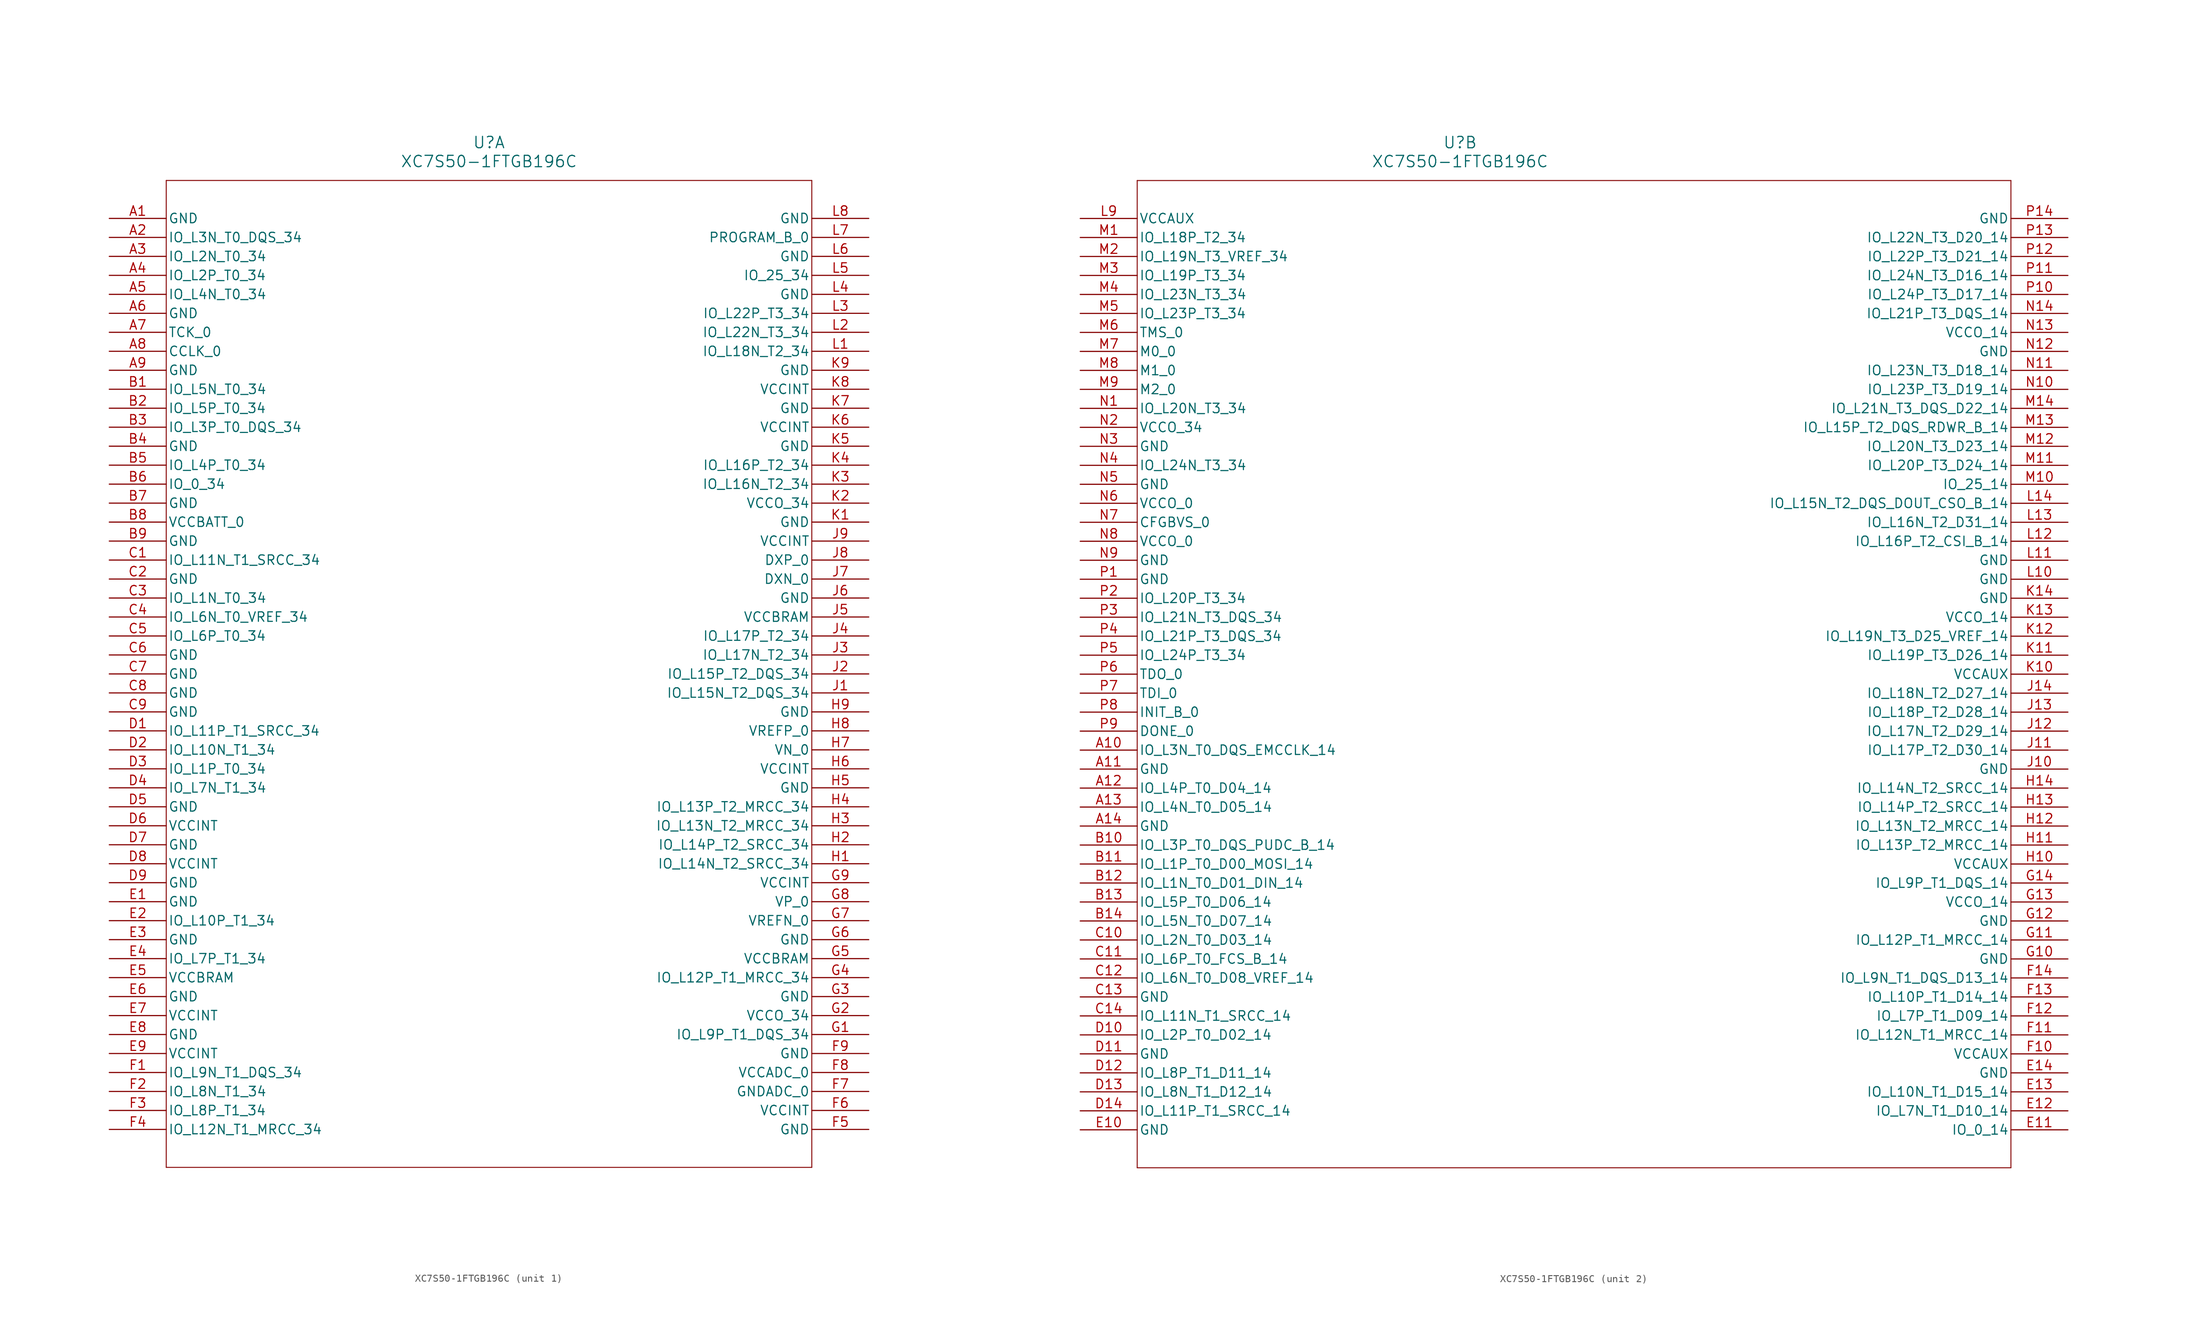
<source format=kicad_sym>
(kicad_symbol_lib
  (version 20241209)
  (generator "kicad_symbol_editor")
  (generator_version "9.0")
  (symbol "XC7S50-1FTGB196C"
    (pin_names
      (offset 0.254))
    (property "Reference" "U"
      (at 50.8 10.16 0)
      (effects (font (size 1.524 1.524))))
    (property "Value" "XC7S50-1FTGB196C"
      (at 50.8 7.62 0)
      (effects (font (size 1.524 1.524))))
    (property "ki_locked" ""
      (at 0 0 0)
      (effects (font (size 1.27 1.27))))
    (symbol "XC7S50-1FTGB196C_1_1"
      (polyline (pts (xy 7.62 5.08) (xy 7.62 -127)) (stroke (width 0.127) (type default)) (fill (type none)))
      (polyline (pts (xy 7.62 -127) (xy 93.98 -127)) (stroke (width 0.127) (type default)) (fill (type none)))
      (polyline (pts (xy 93.98 5.08) (xy 7.62 5.08)) (stroke (width 0.127) (type default)) (fill (type none)))
      (polyline (pts (xy 93.98 -127) (xy 93.98 5.08)) (stroke (width 0.127) (type default)) (fill (type none)))
      (pin power_out line (at 0 0 0) (length 7.62) (name "GND" (effects (font (size 1.27 1.27)))) (number "A1" (effects (font (size 1.27 1.27)))))
      (pin bidirectional line (at 0 -2.54 0) (length 7.62) (name "IO_L3N_T0_DQS_34" (effects (font (size 1.27 1.27)))) (number "A2" (effects (font (size 1.27 1.27)))))
      (pin bidirectional line (at 0 -5.08 0) (length 7.62) (name "IO_L2N_T0_34" (effects (font (size 1.27 1.27)))) (number "A3" (effects (font (size 1.27 1.27)))))
      (pin bidirectional line (at 0 -7.62 0) (length 7.62) (name "IO_L2P_T0_34" (effects (font (size 1.27 1.27)))) (number "A4" (effects (font (size 1.27 1.27)))))
      (pin bidirectional line (at 0 -10.16 0) (length 7.62) (name "IO_L4N_T0_34" (effects (font (size 1.27 1.27)))) (number "A5" (effects (font (size 1.27 1.27)))))
      (pin power_out line (at 0 -12.7 0) (length 7.62) (name "GND" (effects (font (size 1.27 1.27)))) (number "A6" (effects (font (size 1.27 1.27)))))
      (pin input line (at 0 -15.24 0) (length 7.62) (name "TCK_0" (effects (font (size 1.27 1.27)))) (number "A7" (effects (font (size 1.27 1.27)))))
      (pin bidirectional line (at 0 -17.78 0) (length 7.62) (name "CCLK_0" (effects (font (size 1.27 1.27)))) (number "A8" (effects (font (size 1.27 1.27)))))
      (pin power_out line (at 0 -20.32 0) (length 7.62) (name "GND" (effects (font (size 1.27 1.27)))) (number "A9" (effects (font (size 1.27 1.27)))))
      (pin bidirectional line (at 0 -22.86 0) (length 7.62) (name "IO_L5N_T0_34" (effects (font (size 1.27 1.27)))) (number "B1" (effects (font (size 1.27 1.27)))))
      (pin bidirectional line (at 0 -25.4 0) (length 7.62) (name "IO_L5P_T0_34" (effects (font (size 1.27 1.27)))) (number "B2" (effects (font (size 1.27 1.27)))))
      (pin bidirectional line (at 0 -27.94 0) (length 7.62) (name "IO_L3P_T0_DQS_34" (effects (font (size 1.27 1.27)))) (number "B3" (effects (font (size 1.27 1.27)))))
      (pin power_out line (at 0 -30.48 0) (length 7.62) (name "GND" (effects (font (size 1.27 1.27)))) (number "B4" (effects (font (size 1.27 1.27)))))
      (pin bidirectional line (at 0 -33.02 0) (length 7.62) (name "IO_L4P_T0_34" (effects (font (size 1.27 1.27)))) (number "B5" (effects (font (size 1.27 1.27)))))
      (pin bidirectional line (at 0 -35.56 0) (length 7.62) (name "IO_0_34" (effects (font (size 1.27 1.27)))) (number "B6" (effects (font (size 1.27 1.27)))))
      (pin power_out line (at 0 -38.1 0) (length 7.62) (name "GND" (effects (font (size 1.27 1.27)))) (number "B7" (effects (font (size 1.27 1.27)))))
      (pin power_in line (at 0 -40.64 0) (length 7.62) (name "VCCBATT_0" (effects (font (size 1.27 1.27)))) (number "B8" (effects (font (size 1.27 1.27)))))
      (pin power_out line (at 0 -43.18 0) (length 7.62) (name "GND" (effects (font (size 1.27 1.27)))) (number "B9" (effects (font (size 1.27 1.27)))))
      (pin bidirectional line (at 0 -45.72 0) (length 7.62) (name "IO_L11N_T1_SRCC_34" (effects (font (size 1.27 1.27)))) (number "C1" (effects (font (size 1.27 1.27)))))
      (pin power_out line (at 0 -48.26 0) (length 7.62) (name "GND" (effects (font (size 1.27 1.27)))) (number "C2" (effects (font (size 1.27 1.27)))))
      (pin bidirectional line (at 0 -50.8 0) (length 7.62) (name "IO_L1N_T0_34" (effects (font (size 1.27 1.27)))) (number "C3" (effects (font (size 1.27 1.27)))))
      (pin bidirectional line (at 0 -53.34 0) (length 7.62) (name "IO_L6N_T0_VREF_34" (effects (font (size 1.27 1.27)))) (number "C4" (effects (font (size 1.27 1.27)))))
      (pin bidirectional line (at 0 -55.88 0) (length 7.62) (name "IO_L6P_T0_34" (effects (font (size 1.27 1.27)))) (number "C5" (effects (font (size 1.27 1.27)))))
      (pin power_out line (at 0 -58.42 0) (length 7.62) (name "GND" (effects (font (size 1.27 1.27)))) (number "C6" (effects (font (size 1.27 1.27)))))
      (pin power_out line (at 0 -60.96 0) (length 7.62) (name "GND" (effects (font (size 1.27 1.27)))) (number "C7" (effects (font (size 1.27 1.27)))))
      (pin power_out line (at 0 -63.5 0) (length 7.62) (name "GND" (effects (font (size 1.27 1.27)))) (number "C8" (effects (font (size 1.27 1.27)))))
      (pin power_out line (at 0 -66.04 0) (length 7.62) (name "GND" (effects (font (size 1.27 1.27)))) (number "C9" (effects (font (size 1.27 1.27)))))
      (pin bidirectional line (at 0 -68.58 0) (length 7.62) (name "IO_L11P_T1_SRCC_34" (effects (font (size 1.27 1.27)))) (number "D1" (effects (font (size 1.27 1.27)))))
      (pin bidirectional line (at 0 -71.12 0) (length 7.62) (name "IO_L10N_T1_34" (effects (font (size 1.27 1.27)))) (number "D2" (effects (font (size 1.27 1.27)))))
      (pin bidirectional line (at 0 -73.66 0) (length 7.62) (name "IO_L1P_T0_34" (effects (font (size 1.27 1.27)))) (number "D3" (effects (font (size 1.27 1.27)))))
      (pin bidirectional line (at 0 -76.2 0) (length 7.62) (name "IO_L7N_T1_34" (effects (font (size 1.27 1.27)))) (number "D4" (effects (font (size 1.27 1.27)))))
      (pin power_out line (at 0 -78.74 0) (length 7.62) (name "GND" (effects (font (size 1.27 1.27)))) (number "D5" (effects (font (size 1.27 1.27)))))
      (pin power_in line (at 0 -81.28 0) (length 7.62) (name "VCCINT" (effects (font (size 1.27 1.27)))) (number "D6" (effects (font (size 1.27 1.27)))))
      (pin power_out line (at 0 -83.82 0) (length 7.62) (name "GND" (effects (font (size 1.27 1.27)))) (number "D7" (effects (font (size 1.27 1.27)))))
      (pin power_in line (at 0 -86.36 0) (length 7.62) (name "VCCINT" (effects (font (size 1.27 1.27)))) (number "D8" (effects (font (size 1.27 1.27)))))
      (pin power_out line (at 0 -88.9 0) (length 7.62) (name "GND" (effects (font (size 1.27 1.27)))) (number "D9" (effects (font (size 1.27 1.27)))))
      (pin power_out line (at 0 -91.44 0) (length 7.62) (name "GND" (effects (font (size 1.27 1.27)))) (number "E1" (effects (font (size 1.27 1.27)))))
      (pin bidirectional line (at 0 -93.98 0) (length 7.62) (name "IO_L10P_T1_34" (effects (font (size 1.27 1.27)))) (number "E2" (effects (font (size 1.27 1.27)))))
      (pin power_out line (at 0 -96.52 0) (length 7.62) (name "GND" (effects (font (size 1.27 1.27)))) (number "E3" (effects (font (size 1.27 1.27)))))
      (pin bidirectional line (at 0 -99.06 0) (length 7.62) (name "IO_L7P_T1_34" (effects (font (size 1.27 1.27)))) (number "E4" (effects (font (size 1.27 1.27)))))
      (pin power_in line (at 0 -101.6 0) (length 7.62) (name "VCCBRAM" (effects (font (size 1.27 1.27)))) (number "E5" (effects (font (size 1.27 1.27)))))
      (pin power_out line (at 0 -104.14 0) (length 7.62) (name "GND" (effects (font (size 1.27 1.27)))) (number "E6" (effects (font (size 1.27 1.27)))))
      (pin power_in line (at 0 -106.68 0) (length 7.62) (name "VCCINT" (effects (font (size 1.27 1.27)))) (number "E7" (effects (font (size 1.27 1.27)))))
      (pin power_out line (at 0 -109.22 0) (length 7.62) (name "GND" (effects (font (size 1.27 1.27)))) (number "E8" (effects (font (size 1.27 1.27)))))
      (pin power_in line (at 0 -111.76 0) (length 7.62) (name "VCCINT" (effects (font (size 1.27 1.27)))) (number "E9" (effects (font (size 1.27 1.27)))))
      (pin bidirectional line (at 0 -114.3 0) (length 7.62) (name "IO_L9N_T1_DQS_34" (effects (font (size 1.27 1.27)))) (number "F1" (effects (font (size 1.27 1.27)))))
      (pin bidirectional line (at 0 -116.84 0) (length 7.62) (name "IO_L8N_T1_34" (effects (font (size 1.27 1.27)))) (number "F2" (effects (font (size 1.27 1.27)))))
      (pin bidirectional line (at 0 -119.38 0) (length 7.62) (name "IO_L8P_T1_34" (effects (font (size 1.27 1.27)))) (number "F3" (effects (font (size 1.27 1.27)))))
      (pin bidirectional line (at 0 -121.92 0) (length 7.62) (name "IO_L12N_T1_MRCC_34" (effects (font (size 1.27 1.27)))) (number "F4" (effects (font (size 1.27 1.27)))))
      (pin power_out line (at 101.6 0 180) (length 7.62) (name "GND" (effects (font (size 1.27 1.27)))) (number "L8" (effects (font (size 1.27 1.27)))))
      (pin input line (at 101.6 -2.54 180) (length 7.62) (name "PROGRAM_B_0" (effects (font (size 1.27 1.27)))) (number "L7" (effects (font (size 1.27 1.27)))))
      (pin power_out line (at 101.6 -5.08 180) (length 7.62) (name "GND" (effects (font (size 1.27 1.27)))) (number "L6" (effects (font (size 1.27 1.27)))))
      (pin bidirectional line (at 101.6 -7.62 180) (length 7.62) (name "IO_25_34" (effects (font (size 1.27 1.27)))) (number "L5" (effects (font (size 1.27 1.27)))))
      (pin power_out line (at 101.6 -10.16 180) (length 7.62) (name "GND" (effects (font (size 1.27 1.27)))) (number "L4" (effects (font (size 1.27 1.27)))))
      (pin bidirectional line (at 101.6 -12.7 180) (length 7.62) (name "IO_L22P_T3_34" (effects (font (size 1.27 1.27)))) (number "L3" (effects (font (size 1.27 1.27)))))
      (pin bidirectional line (at 101.6 -15.24 180) (length 7.62) (name "IO_L22N_T3_34" (effects (font (size 1.27 1.27)))) (number "L2" (effects (font (size 1.27 1.27)))))
      (pin bidirectional line (at 101.6 -17.78 180) (length 7.62) (name "IO_L18N_T2_34" (effects (font (size 1.27 1.27)))) (number "L1" (effects (font (size 1.27 1.27)))))
      (pin power_out line (at 101.6 -20.32 180) (length 7.62) (name "GND" (effects (font (size 1.27 1.27)))) (number "K9" (effects (font (size 1.27 1.27)))))
      (pin power_in line (at 101.6 -22.86 180) (length 7.62) (name "VCCINT" (effects (font (size 1.27 1.27)))) (number "K8" (effects (font (size 1.27 1.27)))))
      (pin power_out line (at 101.6 -25.4 180) (length 7.62) (name "GND" (effects (font (size 1.27 1.27)))) (number "K7" (effects (font (size 1.27 1.27)))))
      (pin power_in line (at 101.6 -27.94 180) (length 7.62) (name "VCCINT" (effects (font (size 1.27 1.27)))) (number "K6" (effects (font (size 1.27 1.27)))))
      (pin power_out line (at 101.6 -30.48 180) (length 7.62) (name "GND" (effects (font (size 1.27 1.27)))) (number "K5" (effects (font (size 1.27 1.27)))))
      (pin bidirectional line (at 101.6 -33.02 180) (length 7.62) (name "IO_L16P_T2_34" (effects (font (size 1.27 1.27)))) (number "K4" (effects (font (size 1.27 1.27)))))
      (pin bidirectional line (at 101.6 -35.56 180) (length 7.62) (name "IO_L16N_T2_34" (effects (font (size 1.27 1.27)))) (number "K3" (effects (font (size 1.27 1.27)))))
      (pin power_in line (at 101.6 -38.1 180) (length 7.62) (name "VCCO_34" (effects (font (size 1.27 1.27)))) (number "K2" (effects (font (size 1.27 1.27)))))
      (pin power_out line (at 101.6 -40.64 180) (length 7.62) (name "GND" (effects (font (size 1.27 1.27)))) (number "K1" (effects (font (size 1.27 1.27)))))
      (pin power_in line (at 101.6 -43.18 180) (length 7.62) (name "VCCINT" (effects (font (size 1.27 1.27)))) (number "J9" (effects (font (size 1.27 1.27)))))
      (pin unspecified line (at 101.6 -45.72 180) (length 7.62) (name "DXP_0" (effects (font (size 1.27 1.27)))) (number "J8" (effects (font (size 1.27 1.27)))))
      (pin unspecified line (at 101.6 -48.26 180) (length 7.62) (name "DXN_0" (effects (font (size 1.27 1.27)))) (number "J7" (effects (font (size 1.27 1.27)))))
      (pin power_out line (at 101.6 -50.8 180) (length 7.62) (name "GND" (effects (font (size 1.27 1.27)))) (number "J6" (effects (font (size 1.27 1.27)))))
      (pin power_in line (at 101.6 -53.34 180) (length 7.62) (name "VCCBRAM" (effects (font (size 1.27 1.27)))) (number "J5" (effects (font (size 1.27 1.27)))))
      (pin bidirectional line (at 101.6 -55.88 180) (length 7.62) (name "IO_L17P_T2_34" (effects (font (size 1.27 1.27)))) (number "J4" (effects (font (size 1.27 1.27)))))
      (pin bidirectional line (at 101.6 -58.42 180) (length 7.62) (name "IO_L17N_T2_34" (effects (font (size 1.27 1.27)))) (number "J3" (effects (font (size 1.27 1.27)))))
      (pin bidirectional line (at 101.6 -60.96 180) (length 7.62) (name "IO_L15P_T2_DQS_34" (effects (font (size 1.27 1.27)))) (number "J2" (effects (font (size 1.27 1.27)))))
      (pin bidirectional line (at 101.6 -63.5 180) (length 7.62) (name "IO_L15N_T2_DQS_34" (effects (font (size 1.27 1.27)))) (number "J1" (effects (font (size 1.27 1.27)))))
      (pin power_out line (at 101.6 -66.04 180) (length 7.62) (name "GND" (effects (font (size 1.27 1.27)))) (number "H9" (effects (font (size 1.27 1.27)))))
      (pin power_in line (at 101.6 -68.58 180) (length 7.62) (name "VREFP_0" (effects (font (size 1.27 1.27)))) (number "H8" (effects (font (size 1.27 1.27)))))
      (pin input line (at 101.6 -71.12 180) (length 7.62) (name "VN_0" (effects (font (size 1.27 1.27)))) (number "H7" (effects (font (size 1.27 1.27)))))
      (pin power_in line (at 101.6 -73.66 180) (length 7.62) (name "VCCINT" (effects (font (size 1.27 1.27)))) (number "H6" (effects (font (size 1.27 1.27)))))
      (pin power_out line (at 101.6 -76.2 180) (length 7.62) (name "GND" (effects (font (size 1.27 1.27)))) (number "H5" (effects (font (size 1.27 1.27)))))
      (pin bidirectional line (at 101.6 -78.74 180) (length 7.62) (name "IO_L13P_T2_MRCC_34" (effects (font (size 1.27 1.27)))) (number "H4" (effects (font (size 1.27 1.27)))))
      (pin bidirectional line (at 101.6 -81.28 180) (length 7.62) (name "IO_L13N_T2_MRCC_34" (effects (font (size 1.27 1.27)))) (number "H3" (effects (font (size 1.27 1.27)))))
      (pin bidirectional line (at 101.6 -83.82 180) (length 7.62) (name "IO_L14P_T2_SRCC_34" (effects (font (size 1.27 1.27)))) (number "H2" (effects (font (size 1.27 1.27)))))
      (pin bidirectional line (at 101.6 -86.36 180) (length 7.62) (name "IO_L14N_T2_SRCC_34" (effects (font (size 1.27 1.27)))) (number "H1" (effects (font (size 1.27 1.27)))))
      (pin power_in line (at 101.6 -88.9 180) (length 7.62) (name "VCCINT" (effects (font (size 1.27 1.27)))) (number "G9" (effects (font (size 1.27 1.27)))))
      (pin input line (at 101.6 -91.44 180) (length 7.62) (name "VP_0" (effects (font (size 1.27 1.27)))) (number "G8" (effects (font (size 1.27 1.27)))))
      (pin power_in line (at 101.6 -93.98 180) (length 7.62) (name "VREFN_0" (effects (font (size 1.27 1.27)))) (number "G7" (effects (font (size 1.27 1.27)))))
      (pin power_out line (at 101.6 -96.52 180) (length 7.62) (name "GND" (effects (font (size 1.27 1.27)))) (number "G6" (effects (font (size 1.27 1.27)))))
      (pin power_in line (at 101.6 -99.06 180) (length 7.62) (name "VCCBRAM" (effects (font (size 1.27 1.27)))) (number "G5" (effects (font (size 1.27 1.27)))))
      (pin bidirectional line (at 101.6 -101.6 180) (length 7.62) (name "IO_L12P_T1_MRCC_34" (effects (font (size 1.27 1.27)))) (number "G4" (effects (font (size 1.27 1.27)))))
      (pin power_out line (at 101.6 -104.14 180) (length 7.62) (name "GND" (effects (font (size 1.27 1.27)))) (number "G3" (effects (font (size 1.27 1.27)))))
      (pin power_in line (at 101.6 -106.68 180) (length 7.62) (name "VCCO_34" (effects (font (size 1.27 1.27)))) (number "G2" (effects (font (size 1.27 1.27)))))
      (pin bidirectional line (at 101.6 -109.22 180) (length 7.62) (name "IO_L9P_T1_DQS_34" (effects (font (size 1.27 1.27)))) (number "G1" (effects (font (size 1.27 1.27)))))
      (pin power_out line (at 101.6 -111.76 180) (length 7.62) (name "GND" (effects (font (size 1.27 1.27)))) (number "F9" (effects (font (size 1.27 1.27)))))
      (pin power_in line (at 101.6 -114.3 180) (length 7.62) (name "VCCADC_0" (effects (font (size 1.27 1.27)))) (number "F8" (effects (font (size 1.27 1.27)))))
      (pin power_out line (at 101.6 -116.84 180) (length 7.62) (name "GNDADC_0" (effects (font (size 1.27 1.27)))) (number "F7" (effects (font (size 1.27 1.27)))))
      (pin power_in line (at 101.6 -119.38 180) (length 7.62) (name "VCCINT" (effects (font (size 1.27 1.27)))) (number "F6" (effects (font (size 1.27 1.27)))))
      (pin power_out line (at 101.6 -121.92 180) (length 7.62) (name "GND" (effects (font (size 1.27 1.27)))) (number "F5" (effects (font (size 1.27 1.27))))))
    (symbol "XC7S50-1FTGB196C_2_1"
      (polyline (pts (xy 7.62 5.08) (xy 7.62 -127)) (stroke (width 0.127) (type default)) (fill (type none)))
      (polyline (pts (xy 7.62 -127) (xy 124.46 -127)) (stroke (width 0.127) (type default)) (fill (type none)))
      (polyline (pts (xy 124.46 5.08) (xy 7.62 5.08)) (stroke (width 0.127) (type default)) (fill (type none)))
      (polyline (pts (xy 124.46 -127) (xy 124.46 5.08)) (stroke (width 0.127) (type default)) (fill (type none)))
      (pin power_in line (at 0 0 0) (length 7.62) (name "VCCAUX" (effects (font (size 1.27 1.27)))) (number "L9" (effects (font (size 1.27 1.27)))))
      (pin bidirectional line (at 0 -2.54 0) (length 7.62) (name "IO_L18P_T2_34" (effects (font (size 1.27 1.27)))) (number "M1" (effects (font (size 1.27 1.27)))))
      (pin bidirectional line (at 0 -5.08 0) (length 7.62) (name "IO_L19N_T3_VREF_34" (effects (font (size 1.27 1.27)))) (number "M2" (effects (font (size 1.27 1.27)))))
      (pin bidirectional line (at 0 -7.62 0) (length 7.62) (name "IO_L19P_T3_34" (effects (font (size 1.27 1.27)))) (number "M3" (effects (font (size 1.27 1.27)))))
      (pin bidirectional line (at 0 -10.16 0) (length 7.62) (name "IO_L23N_T3_34" (effects (font (size 1.27 1.27)))) (number "M4" (effects (font (size 1.27 1.27)))))
      (pin bidirectional line (at 0 -12.7 0) (length 7.62) (name "IO_L23P_T3_34" (effects (font (size 1.27 1.27)))) (number "M5" (effects (font (size 1.27 1.27)))))
      (pin input line (at 0 -15.24 0) (length 7.62) (name "TMS_0" (effects (font (size 1.27 1.27)))) (number "M6" (effects (font (size 1.27 1.27)))))
      (pin input line (at 0 -17.78 0) (length 7.62) (name "M0_0" (effects (font (size 1.27 1.27)))) (number "M7" (effects (font (size 1.27 1.27)))))
      (pin input line (at 0 -20.32 0) (length 7.62) (name "M1_0" (effects (font (size 1.27 1.27)))) (number "M8" (effects (font (size 1.27 1.27)))))
      (pin input line (at 0 -22.86 0) (length 7.62) (name "M2_0" (effects (font (size 1.27 1.27)))) (number "M9" (effects (font (size 1.27 1.27)))))
      (pin bidirectional line (at 0 -25.4 0) (length 7.62) (name "IO_L20N_T3_34" (effects (font (size 1.27 1.27)))) (number "N1" (effects (font (size 1.27 1.27)))))
      (pin power_in line (at 0 -27.94 0) (length 7.62) (name "VCCO_34" (effects (font (size 1.27 1.27)))) (number "N2" (effects (font (size 1.27 1.27)))))
      (pin power_out line (at 0 -30.48 0) (length 7.62) (name "GND" (effects (font (size 1.27 1.27)))) (number "N3" (effects (font (size 1.27 1.27)))))
      (pin bidirectional line (at 0 -33.02 0) (length 7.62) (name "IO_L24N_T3_34" (effects (font (size 1.27 1.27)))) (number "N4" (effects (font (size 1.27 1.27)))))
      (pin power_out line (at 0 -35.56 0) (length 7.62) (name "GND" (effects (font (size 1.27 1.27)))) (number "N5" (effects (font (size 1.27 1.27)))))
      (pin power_in line (at 0 -38.1 0) (length 7.62) (name "VCCO_0" (effects (font (size 1.27 1.27)))) (number "N6" (effects (font (size 1.27 1.27)))))
      (pin input line (at 0 -40.64 0) (length 7.62) (name "CFGBVS_0" (effects (font (size 1.27 1.27)))) (number "N7" (effects (font (size 1.27 1.27)))))
      (pin power_in line (at 0 -43.18 0) (length 7.62) (name "VCCO_0" (effects (font (size 1.27 1.27)))) (number "N8" (effects (font (size 1.27 1.27)))))
      (pin power_out line (at 0 -45.72 0) (length 7.62) (name "GND" (effects (font (size 1.27 1.27)))) (number "N9" (effects (font (size 1.27 1.27)))))
      (pin power_out line (at 0 -48.26 0) (length 7.62) (name "GND" (effects (font (size 1.27 1.27)))) (number "P1" (effects (font (size 1.27 1.27)))))
      (pin bidirectional line (at 0 -50.8 0) (length 7.62) (name "IO_L20P_T3_34" (effects (font (size 1.27 1.27)))) (number "P2" (effects (font (size 1.27 1.27)))))
      (pin bidirectional line (at 0 -53.34 0) (length 7.62) (name "IO_L21N_T3_DQS_34" (effects (font (size 1.27 1.27)))) (number "P3" (effects (font (size 1.27 1.27)))))
      (pin bidirectional line (at 0 -55.88 0) (length 7.62) (name "IO_L21P_T3_DQS_34" (effects (font (size 1.27 1.27)))) (number "P4" (effects (font (size 1.27 1.27)))))
      (pin bidirectional line (at 0 -58.42 0) (length 7.62) (name "IO_L24P_T3_34" (effects (font (size 1.27 1.27)))) (number "P5" (effects (font (size 1.27 1.27)))))
      (pin output line (at 0 -60.96 0) (length 7.62) (name "TDO_0" (effects (font (size 1.27 1.27)))) (number "P6" (effects (font (size 1.27 1.27)))))
      (pin input line (at 0 -63.5 0) (length 7.62) (name "TDI_0" (effects (font (size 1.27 1.27)))) (number "P7" (effects (font (size 1.27 1.27)))))
      (pin bidirectional line (at 0 -66.04 0) (length 7.62) (name "INIT_B_0" (effects (font (size 1.27 1.27)))) (number "P8" (effects (font (size 1.27 1.27)))))
      (pin bidirectional line (at 0 -68.58 0) (length 7.62) (name "DONE_0" (effects (font (size 1.27 1.27)))) (number "P9" (effects (font (size 1.27 1.27)))))
      (pin bidirectional line (at 0 -71.12 0) (length 7.62) (name "IO_L3N_T0_DQS_EMCCLK_14" (effects (font (size 1.27 1.27)))) (number "A10" (effects (font (size 1.27 1.27)))))
      (pin power_out line (at 0 -73.66 0) (length 7.62) (name "GND" (effects (font (size 1.27 1.27)))) (number "A11" (effects (font (size 1.27 1.27)))))
      (pin bidirectional line (at 0 -76.2 0) (length 7.62) (name "IO_L4P_T0_D04_14" (effects (font (size 1.27 1.27)))) (number "A12" (effects (font (size 1.27 1.27)))))
      (pin bidirectional line (at 0 -78.74 0) (length 7.62) (name "IO_L4N_T0_D05_14" (effects (font (size 1.27 1.27)))) (number "A13" (effects (font (size 1.27 1.27)))))
      (pin power_out line (at 0 -81.28 0) (length 7.62) (name "GND" (effects (font (size 1.27 1.27)))) (number "A14" (effects (font (size 1.27 1.27)))))
      (pin bidirectional line (at 0 -83.82 0) (length 7.62) (name "IO_L3P_T0_DQS_PUDC_B_14" (effects (font (size 1.27 1.27)))) (number "B10" (effects (font (size 1.27 1.27)))))
      (pin bidirectional line (at 0 -86.36 0) (length 7.62) (name "IO_L1P_T0_D00_MOSI_14" (effects (font (size 1.27 1.27)))) (number "B11" (effects (font (size 1.27 1.27)))))
      (pin bidirectional line (at 0 -88.9 0) (length 7.62) (name "IO_L1N_T0_D01_DIN_14" (effects (font (size 1.27 1.27)))) (number "B12" (effects (font (size 1.27 1.27)))))
      (pin bidirectional line (at 0 -91.44 0) (length 7.62) (name "IO_L5P_T0_D06_14" (effects (font (size 1.27 1.27)))) (number "B13" (effects (font (size 1.27 1.27)))))
      (pin bidirectional line (at 0 -93.98 0) (length 7.62) (name "IO_L5N_T0_D07_14" (effects (font (size 1.27 1.27)))) (number "B14" (effects (font (size 1.27 1.27)))))
      (pin bidirectional line (at 0 -96.52 0) (length 7.62) (name "IO_L2N_T0_D03_14" (effects (font (size 1.27 1.27)))) (number "C10" (effects (font (size 1.27 1.27)))))
      (pin bidirectional line (at 0 -99.06 0) (length 7.62) (name "IO_L6P_T0_FCS_B_14" (effects (font (size 1.27 1.27)))) (number "C11" (effects (font (size 1.27 1.27)))))
      (pin bidirectional line (at 0 -101.6 0) (length 7.62) (name "IO_L6N_T0_D08_VREF_14" (effects (font (size 1.27 1.27)))) (number "C12" (effects (font (size 1.27 1.27)))))
      (pin power_out line (at 0 -104.14 0) (length 7.62) (name "GND" (effects (font (size 1.27 1.27)))) (number "C13" (effects (font (size 1.27 1.27)))))
      (pin bidirectional line (at 0 -106.68 0) (length 7.62) (name "IO_L11N_T1_SRCC_14" (effects (font (size 1.27 1.27)))) (number "C14" (effects (font (size 1.27 1.27)))))
      (pin bidirectional line (at 0 -109.22 0) (length 7.62) (name "IO_L2P_T0_D02_14" (effects (font (size 1.27 1.27)))) (number "D10" (effects (font (size 1.27 1.27)))))
      (pin power_out line (at 0 -111.76 0) (length 7.62) (name "GND" (effects (font (size 1.27 1.27)))) (number "D11" (effects (font (size 1.27 1.27)))))
      (pin bidirectional line (at 0 -114.3 0) (length 7.62) (name "IO_L8P_T1_D11_14" (effects (font (size 1.27 1.27)))) (number "D12" (effects (font (size 1.27 1.27)))))
      (pin bidirectional line (at 0 -116.84 0) (length 7.62) (name "IO_L8N_T1_D12_14" (effects (font (size 1.27 1.27)))) (number "D13" (effects (font (size 1.27 1.27)))))
      (pin bidirectional line (at 0 -119.38 0) (length 7.62) (name "IO_L11P_T1_SRCC_14" (effects (font (size 1.27 1.27)))) (number "D14" (effects (font (size 1.27 1.27)))))
      (pin power_out line (at 0 -121.92 0) (length 7.62) (name "GND" (effects (font (size 1.27 1.27)))) (number "E10" (effects (font (size 1.27 1.27)))))
      (pin power_out line (at 132.08 0 180) (length 7.62) (name "GND" (effects (font (size 1.27 1.27)))) (number "P14" (effects (font (size 1.27 1.27)))))
      (pin bidirectional line (at 132.08 -2.54 180) (length 7.62) (name "IO_L22N_T3_D20_14" (effects (font (size 1.27 1.27)))) (number "P13" (effects (font (size 1.27 1.27)))))
      (pin bidirectional line (at 132.08 -5.08 180) (length 7.62) (name "IO_L22P_T3_D21_14" (effects (font (size 1.27 1.27)))) (number "P12" (effects (font (size 1.27 1.27)))))
      (pin bidirectional line (at 132.08 -7.62 180) (length 7.62) (name "IO_L24N_T3_D16_14" (effects (font (size 1.27 1.27)))) (number "P11" (effects (font (size 1.27 1.27)))))
      (pin bidirectional line (at 132.08 -10.16 180) (length 7.62) (name "IO_L24P_T3_D17_14" (effects (font (size 1.27 1.27)))) (number "P10" (effects (font (size 1.27 1.27)))))
      (pin bidirectional line (at 132.08 -12.7 180) (length 7.62) (name "IO_L21P_T3_DQS_14" (effects (font (size 1.27 1.27)))) (number "N14" (effects (font (size 1.27 1.27)))))
      (pin power_in line (at 132.08 -15.24 180) (length 7.62) (name "VCCO_14" (effects (font (size 1.27 1.27)))) (number "N13" (effects (font (size 1.27 1.27)))))
      (pin power_out line (at 132.08 -17.78 180) (length 7.62) (name "GND" (effects (font (size 1.27 1.27)))) (number "N12" (effects (font (size 1.27 1.27)))))
      (pin bidirectional line (at 132.08 -20.32 180) (length 7.62) (name "IO_L23N_T3_D18_14" (effects (font (size 1.27 1.27)))) (number "N11" (effects (font (size 1.27 1.27)))))
      (pin bidirectional line (at 132.08 -22.86 180) (length 7.62) (name "IO_L23P_T3_D19_14" (effects (font (size 1.27 1.27)))) (number "N10" (effects (font (size 1.27 1.27)))))
      (pin bidirectional line (at 132.08 -25.4 180) (length 7.62) (name "IO_L21N_T3_DQS_D22_14" (effects (font (size 1.27 1.27)))) (number "M14" (effects (font (size 1.27 1.27)))))
      (pin bidirectional line (at 132.08 -27.94 180) (length 7.62) (name "IO_L15P_T2_DQS_RDWR_B_14" (effects (font (size 1.27 1.27)))) (number "M13" (effects (font (size 1.27 1.27)))))
      (pin bidirectional line (at 132.08 -30.48 180) (length 7.62) (name "IO_L20N_T3_D23_14" (effects (font (size 1.27 1.27)))) (number "M12" (effects (font (size 1.27 1.27)))))
      (pin bidirectional line (at 132.08 -33.02 180) (length 7.62) (name "IO_L20P_T3_D24_14" (effects (font (size 1.27 1.27)))) (number "M11" (effects (font (size 1.27 1.27)))))
      (pin bidirectional line (at 132.08 -35.56 180) (length 7.62) (name "IO_25_14" (effects (font (size 1.27 1.27)))) (number "M10" (effects (font (size 1.27 1.27)))))
      (pin bidirectional line (at 132.08 -38.1 180) (length 7.62) (name "IO_L15N_T2_DQS_DOUT_CSO_B_14" (effects (font (size 1.27 1.27)))) (number "L14" (effects (font (size 1.27 1.27)))))
      (pin bidirectional line (at 132.08 -40.64 180) (length 7.62) (name "IO_L16N_T2_D31_14" (effects (font (size 1.27 1.27)))) (number "L13" (effects (font (size 1.27 1.27)))))
      (pin bidirectional line (at 132.08 -43.18 180) (length 7.62) (name "IO_L16P_T2_CSI_B_14" (effects (font (size 1.27 1.27)))) (number "L12" (effects (font (size 1.27 1.27)))))
      (pin power_out line (at 132.08 -45.72 180) (length 7.62) (name "GND" (effects (font (size 1.27 1.27)))) (number "L11" (effects (font (size 1.27 1.27)))))
      (pin power_out line (at 132.08 -48.26 180) (length 7.62) (name "GND" (effects (font (size 1.27 1.27)))) (number "L10" (effects (font (size 1.27 1.27)))))
      (pin power_out line (at 132.08 -50.8 180) (length 7.62) (name "GND" (effects (font (size 1.27 1.27)))) (number "K14" (effects (font (size 1.27 1.27)))))
      (pin power_in line (at 132.08 -53.34 180) (length 7.62) (name "VCCO_14" (effects (font (size 1.27 1.27)))) (number "K13" (effects (font (size 1.27 1.27)))))
      (pin bidirectional line (at 132.08 -55.88 180) (length 7.62) (name "IO_L19N_T3_D25_VREF_14" (effects (font (size 1.27 1.27)))) (number "K12" (effects (font (size 1.27 1.27)))))
      (pin bidirectional line (at 132.08 -58.42 180) (length 7.62) (name "IO_L19P_T3_D26_14" (effects (font (size 1.27 1.27)))) (number "K11" (effects (font (size 1.27 1.27)))))
      (pin power_in line (at 132.08 -60.96 180) (length 7.62) (name "VCCAUX" (effects (font (size 1.27 1.27)))) (number "K10" (effects (font (size 1.27 1.27)))))
      (pin bidirectional line (at 132.08 -63.5 180) (length 7.62) (name "IO_L18N_T2_D27_14" (effects (font (size 1.27 1.27)))) (number "J14" (effects (font (size 1.27 1.27)))))
      (pin bidirectional line (at 132.08 -66.04 180) (length 7.62) (name "IO_L18P_T2_D28_14" (effects (font (size 1.27 1.27)))) (number "J13" (effects (font (size 1.27 1.27)))))
      (pin bidirectional line (at 132.08 -68.58 180) (length 7.62) (name "IO_L17N_T2_D29_14" (effects (font (size 1.27 1.27)))) (number "J12" (effects (font (size 1.27 1.27)))))
      (pin bidirectional line (at 132.08 -71.12 180) (length 7.62) (name "IO_L17P_T2_D30_14" (effects (font (size 1.27 1.27)))) (number "J11" (effects (font (size 1.27 1.27)))))
      (pin power_out line (at 132.08 -73.66 180) (length 7.62) (name "GND" (effects (font (size 1.27 1.27)))) (number "J10" (effects (font (size 1.27 1.27)))))
      (pin bidirectional line (at 132.08 -76.2 180) (length 7.62) (name "IO_L14N_T2_SRCC_14" (effects (font (size 1.27 1.27)))) (number "H14" (effects (font (size 1.27 1.27)))))
      (pin bidirectional line (at 132.08 -78.74 180) (length 7.62) (name "IO_L14P_T2_SRCC_14" (effects (font (size 1.27 1.27)))) (number "H13" (effects (font (size 1.27 1.27)))))
      (pin bidirectional line (at 132.08 -81.28 180) (length 7.62) (name "IO_L13N_T2_MRCC_14" (effects (font (size 1.27 1.27)))) (number "H12" (effects (font (size 1.27 1.27)))))
      (pin bidirectional line (at 132.08 -83.82 180) (length 7.62) (name "IO_L13P_T2_MRCC_14" (effects (font (size 1.27 1.27)))) (number "H11" (effects (font (size 1.27 1.27)))))
      (pin power_in line (at 132.08 -86.36 180) (length 7.62) (name "VCCAUX" (effects (font (size 1.27 1.27)))) (number "H10" (effects (font (size 1.27 1.27)))))
      (pin bidirectional line (at 132.08 -88.9 180) (length 7.62) (name "IO_L9P_T1_DQS_14" (effects (font (size 1.27 1.27)))) (number "G14" (effects (font (size 1.27 1.27)))))
      (pin power_in line (at 132.08 -91.44 180) (length 7.62) (name "VCCO_14" (effects (font (size 1.27 1.27)))) (number "G13" (effects (font (size 1.27 1.27)))))
      (pin power_out line (at 132.08 -93.98 180) (length 7.62) (name "GND" (effects (font (size 1.27 1.27)))) (number "G12" (effects (font (size 1.27 1.27)))))
      (pin bidirectional line (at 132.08 -96.52 180) (length 7.62) (name "IO_L12P_T1_MRCC_14" (effects (font (size 1.27 1.27)))) (number "G11" (effects (font (size 1.27 1.27)))))
      (pin power_out line (at 132.08 -99.06 180) (length 7.62) (name "GND" (effects (font (size 1.27 1.27)))) (number "G10" (effects (font (size 1.27 1.27)))))
      (pin bidirectional line (at 132.08 -101.6 180) (length 7.62) (name "IO_L9N_T1_DQS_D13_14" (effects (font (size 1.27 1.27)))) (number "F14" (effects (font (size 1.27 1.27)))))
      (pin bidirectional line (at 132.08 -104.14 180) (length 7.62) (name "IO_L10P_T1_D14_14" (effects (font (size 1.27 1.27)))) (number "F13" (effects (font (size 1.27 1.27)))))
      (pin bidirectional line (at 132.08 -106.68 180) (length 7.62) (name "IO_L7P_T1_D09_14" (effects (font (size 1.27 1.27)))) (number "F12" (effects (font (size 1.27 1.27)))))
      (pin bidirectional line (at 132.08 -109.22 180) (length 7.62) (name "IO_L12N_T1_MRCC_14" (effects (font (size 1.27 1.27)))) (number "F11" (effects (font (size 1.27 1.27)))))
      (pin power_in line (at 132.08 -111.76 180) (length 7.62) (name "VCCAUX" (effects (font (size 1.27 1.27)))) (number "F10" (effects (font (size 1.27 1.27)))))
      (pin power_out line (at 132.08 -114.3 180) (length 7.62) (name "GND" (effects (font (size 1.27 1.27)))) (number "E14" (effects (font (size 1.27 1.27)))))
      (pin bidirectional line (at 132.08 -116.84 180) (length 7.62) (name "IO_L10N_T1_D15_14" (effects (font (size 1.27 1.27)))) (number "E13" (effects (font (size 1.27 1.27)))))
      (pin bidirectional line (at 132.08 -119.38 180) (length 7.62) (name "IO_L7N_T1_D10_14" (effects (font (size 1.27 1.27)))) (number "E12" (effects (font (size 1.27 1.27)))))
      (pin bidirectional line (at 132.08 -121.92 180) (length 7.62) (name "IO_0_14" (effects (font (size 1.27 1.27)))) (number "E11" (effects (font (size 1.27 1.27))))))))
</source>
